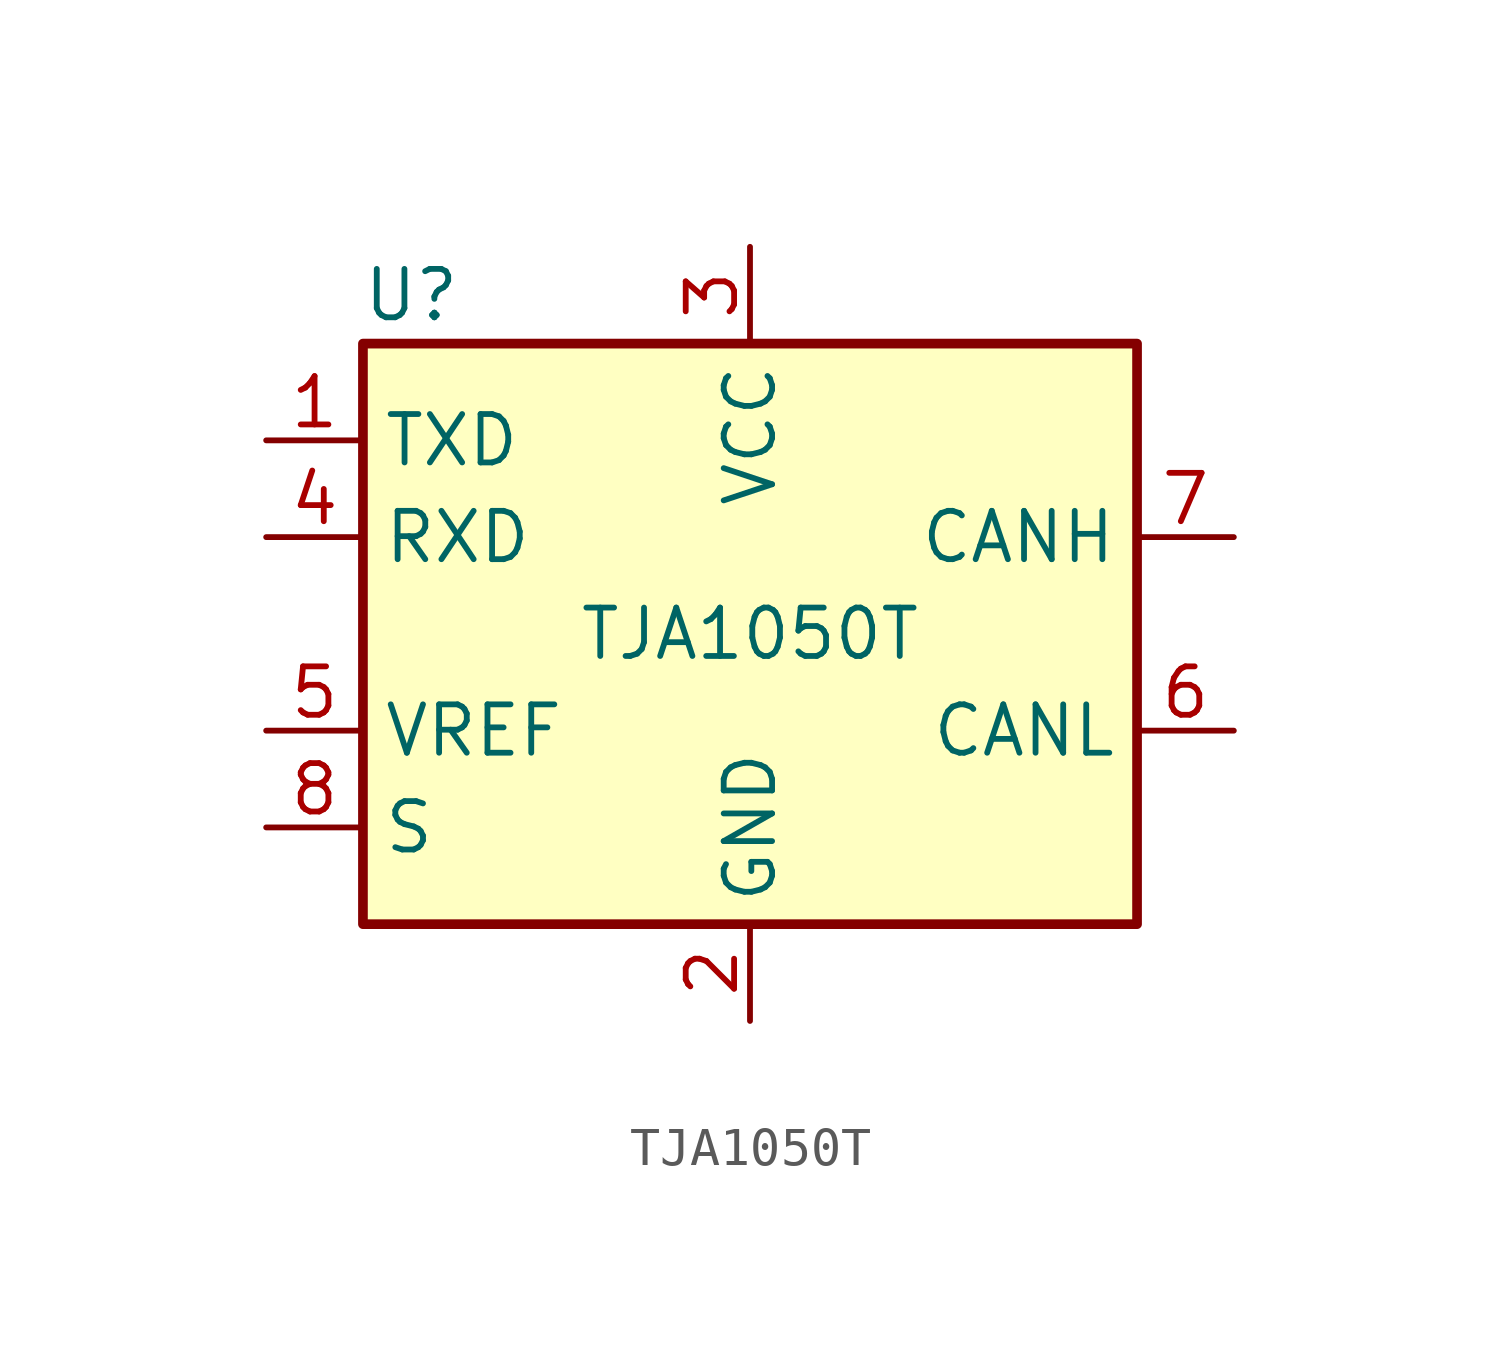
<source format=kicad_sym>
(kicad_symbol_lib
  (version 20241209)
  (generator "kicad_symbol_editor")
  (generator_version "9.0")
  (symbol "TJA1050T"
    (property "Reference" "U"
      (at -8.89 8.89 0)
      (effects (font (size 1.27 1.27))))
    (property "Value" "TJA1050T"
      (at 0 0 0)
      (effects (font (size 1.27 1.27))))
    (symbol "TJA1050T_0_1"
      (rectangle (start -10.16 7.62) (end 10.16 -7.62) (stroke (width 0.254) (type default)) (fill (type background))))
    (symbol "TJA1050T_1_1"
      (pin input line (at -12.7 5.08 0) (length 2.54) (name "TXD" (effects (font (size 1.27 1.27)))) (number "1" (effects (font (size 1.27 1.27)))))
      (pin output line (at -12.7 2.54 0) (length 2.54) (name "RXD" (effects (font (size 1.27 1.27)))) (number "4" (effects (font (size 1.27 1.27)))))
      (pin output line (at -12.7 -2.54 0) (length 2.54) (name "VREF" (effects (font (size 1.27 1.27)))) (number "5" (effects (font (size 1.27 1.27)))))
      (pin input line (at -12.7 -5.08 0) (length 2.54) (name "S" (effects (font (size 1.27 1.27)))) (number "8" (effects (font (size 1.27 1.27)))))
      (pin power_in line (at 0 10.16 270) (length 2.54) (name "VCC" (effects (font (size 1.27 1.27)))) (number "3" (effects (font (size 1.27 1.27)))))
      (pin power_in line (at 0 -10.16 90) (length 2.54) (name "GND" (effects (font (size 1.27 1.27)))) (number "2" (effects (font (size 1.27 1.27)))))
      (pin bidirectional line (at 12.7 2.54 180) (length 2.54) (name "CANH" (effects (font (size 1.27 1.27)))) (number "7" (effects (font (size 1.27 1.27)))))
      (pin bidirectional line (at 12.7 -2.54 180) (length 2.54) (name "CANL" (effects (font (size 1.27 1.27)))) (number "6" (effects (font (size 1.27 1.27))))))))
</source>
